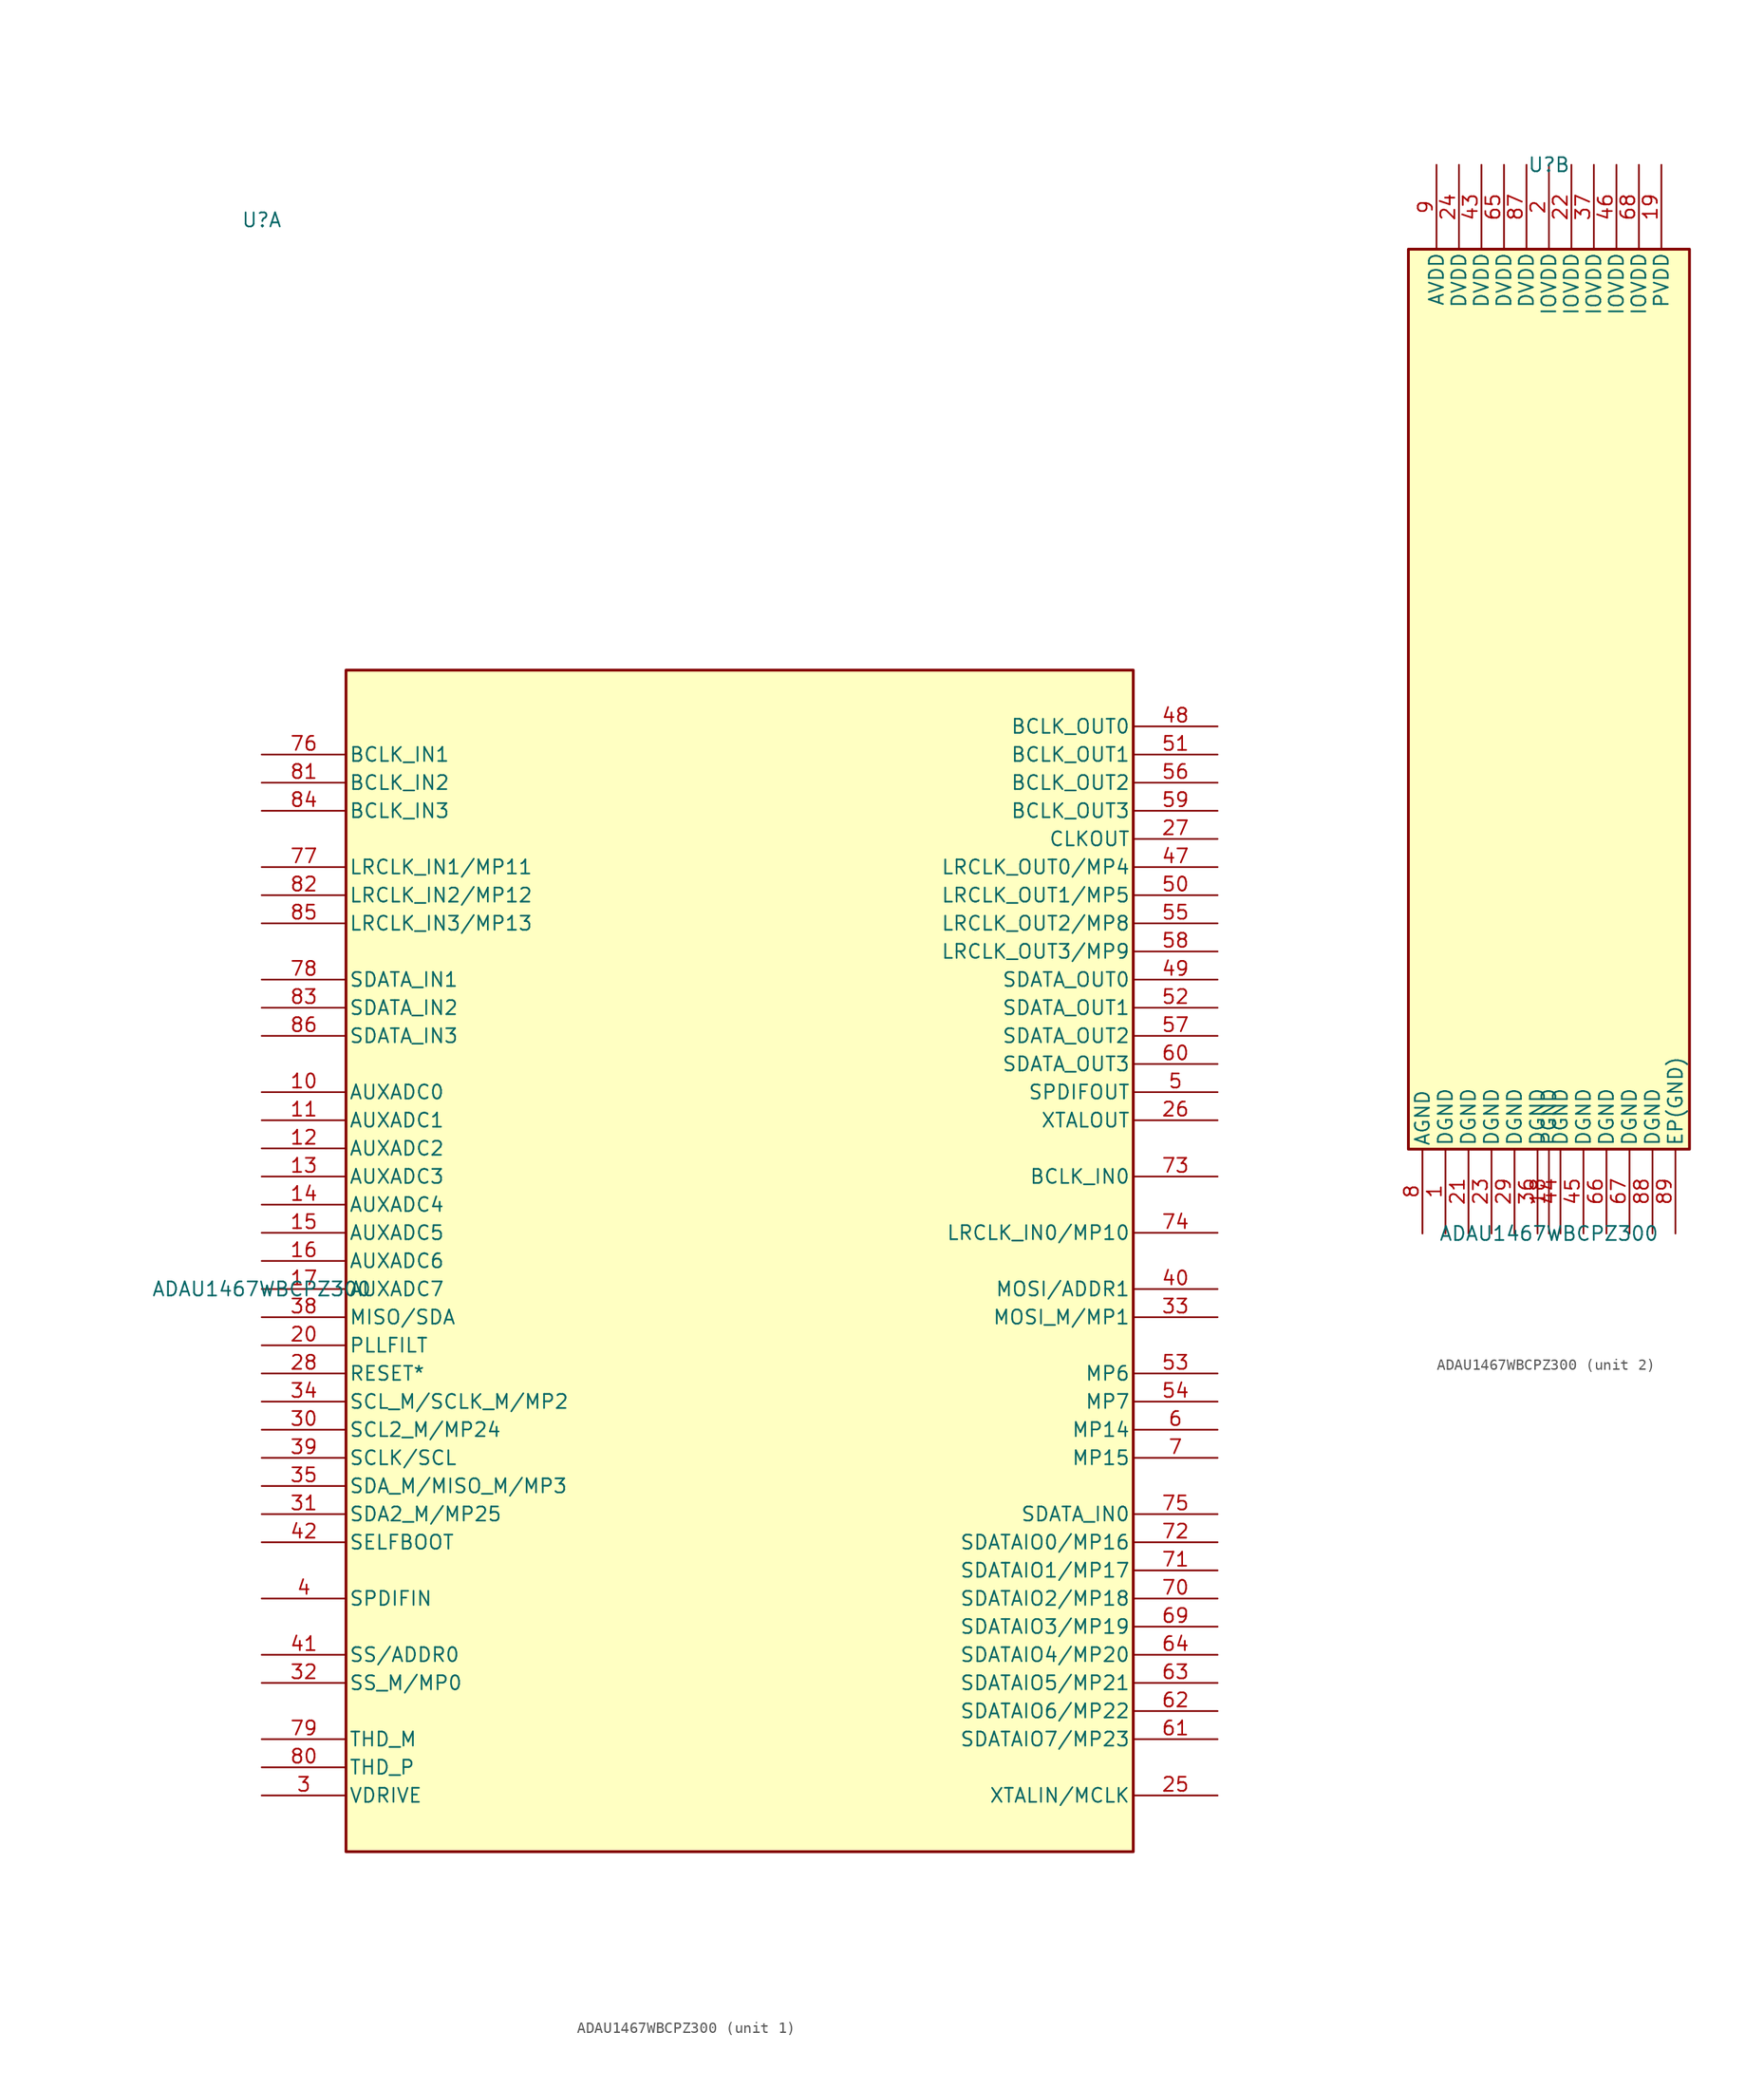
<source format=kicad_sym>
(kicad_symbol_lib
  (version 20241209)
  (generator "kicad_symbol_editor")
  (generator_version "9.0")
  (symbol "ADAU1467WBCPZ300"
    (pin_names
      (offset 0.254))
    (property "Reference" "U"
      (at 0 48.26 0)
      (effects (font (size 1.27 1.27))))
    (property "Value" "ADAU1467WBCPZ300"
      (at 0 -48.26 0)
      (effects (font (size 1.27 1.27))))
    (property "ki_locked" ""
      (at 0 0 0)
      (effects (font (size 1.27 1.27))))
    (symbol "ADAU1467WBCPZ300_1_1"
      (rectangle (start 7.62 7.62) (end 78.74 -99.06) (stroke (width 0.254) (type default)) (fill (type background)))
      (pin power_in line (at 0 0 0) (length 7.62) (name "BCLK_IN1" (effects (font (size 1.27 1.27)))) (number "76" (effects (font (size 1.27 1.27)))))
      (pin power_in line (at 0 -2.54 0) (length 7.62) (name "BCLK_IN2" (effects (font (size 1.27 1.27)))) (number "81" (effects (font (size 1.27 1.27)))))
      (pin power_in line (at 0 -5.08 0) (length 7.62) (name "BCLK_IN3" (effects (font (size 1.27 1.27)))) (number "84" (effects (font (size 1.27 1.27)))))
      (pin power_in line (at 0 -10.16 0) (length 7.62) (name "LRCLK_IN1/MP11" (effects (font (size 1.27 1.27)))) (number "77" (effects (font (size 1.27 1.27)))))
      (pin power_in line (at 0 -12.7 0) (length 7.62) (name "LRCLK_IN2/MP12" (effects (font (size 1.27 1.27)))) (number "82" (effects (font (size 1.27 1.27)))))
      (pin power_in line (at 0 -15.24 0) (length 7.62) (name "LRCLK_IN3/MP13" (effects (font (size 1.27 1.27)))) (number "85" (effects (font (size 1.27 1.27)))))
      (pin bidirectional line (at 0 -20.32 0) (length 7.62) (name "SDATA_IN1" (effects (font (size 1.27 1.27)))) (number "78" (effects (font (size 1.27 1.27)))))
      (pin bidirectional line (at 0 -22.86 0) (length 7.62) (name "SDATA_IN2" (effects (font (size 1.27 1.27)))) (number "83" (effects (font (size 1.27 1.27)))))
      (pin bidirectional line (at 0 -25.4 0) (length 7.62) (name "SDATA_IN3" (effects (font (size 1.27 1.27)))) (number "86" (effects (font (size 1.27 1.27)))))
      (pin bidirectional line (at 0 -30.48 0) (length 7.62) (name "AUXADC0" (effects (font (size 1.27 1.27)))) (number "10" (effects (font (size 1.27 1.27)))))
      (pin bidirectional line (at 0 -33.02 0) (length 7.62) (name "AUXADC1" (effects (font (size 1.27 1.27)))) (number "11" (effects (font (size 1.27 1.27)))))
      (pin bidirectional line (at 0 -35.56 0) (length 7.62) (name "AUXADC2" (effects (font (size 1.27 1.27)))) (number "12" (effects (font (size 1.27 1.27)))))
      (pin power_in line (at 0 -38.1 0) (length 7.62) (name "AUXADC3" (effects (font (size 1.27 1.27)))) (number "13" (effects (font (size 1.27 1.27)))))
      (pin power_in line (at 0 -40.64 0) (length 7.62) (name "AUXADC4" (effects (font (size 1.27 1.27)))) (number "14" (effects (font (size 1.27 1.27)))))
      (pin power_in line (at 0 -43.18 0) (length 7.62) (name "AUXADC5" (effects (font (size 1.27 1.27)))) (number "15" (effects (font (size 1.27 1.27)))))
      (pin power_in line (at 0 -45.72 0) (length 7.62) (name "AUXADC6" (effects (font (size 1.27 1.27)))) (number "16" (effects (font (size 1.27 1.27)))))
      (pin power_in line (at 0 -48.26 0) (length 7.62) (name "AUXADC7" (effects (font (size 1.27 1.27)))) (number "17" (effects (font (size 1.27 1.27)))))
      (pin power_in line (at 0 -50.8 0) (length 7.62) (name "MISO/SDA" (effects (font (size 1.27 1.27)))) (number "38" (effects (font (size 1.27 1.27)))))
      (pin bidirectional line (at 0 -53.34 0) (length 7.62) (name "PLLFILT" (effects (font (size 1.27 1.27)))) (number "20" (effects (font (size 1.27 1.27)))))
      (pin input line (at 0 -55.88 0) (length 7.62) (name "RESET*" (effects (font (size 1.27 1.27)))) (number "28" (effects (font (size 1.27 1.27)))))
      (pin input line (at 0 -58.42 0) (length 7.62) (name "SCL_M/SCLK_M/MP2" (effects (font (size 1.27 1.27)))) (number "34" (effects (font (size 1.27 1.27)))))
      (pin bidirectional line (at 0 -60.96 0) (length 7.62) (name "SCL2_M/MP24" (effects (font (size 1.27 1.27)))) (number "30" (effects (font (size 1.27 1.27)))))
      (pin bidirectional line (at 0 -63.5 0) (length 7.62) (name "SCLK/SCL" (effects (font (size 1.27 1.27)))) (number "39" (effects (font (size 1.27 1.27)))))
      (pin bidirectional line (at 0 -66.04 0) (length 7.62) (name "SDA_M/MISO_M/MP3" (effects (font (size 1.27 1.27)))) (number "35" (effects (font (size 1.27 1.27)))))
      (pin bidirectional line (at 0 -68.58 0) (length 7.62) (name "SDA2_M/MP25" (effects (font (size 1.27 1.27)))) (number "31" (effects (font (size 1.27 1.27)))))
      (pin bidirectional line (at 0 -71.12 0) (length 7.62) (name "SELFBOOT" (effects (font (size 1.27 1.27)))) (number "42" (effects (font (size 1.27 1.27)))))
      (pin input line (at 0 -76.2 0) (length 7.62) (name "SPDIFIN" (effects (font (size 1.27 1.27)))) (number "4" (effects (font (size 1.27 1.27)))))
      (pin bidirectional line (at 0 -81.28 0) (length 7.62) (name "SS/ADDR0" (effects (font (size 1.27 1.27)))) (number "41" (effects (font (size 1.27 1.27)))))
      (pin bidirectional line (at 0 -83.82 0) (length 7.62) (name "SS_M/MP0" (effects (font (size 1.27 1.27)))) (number "32" (effects (font (size 1.27 1.27)))))
      (pin bidirectional line (at 0 -88.9 0) (length 7.62) (name "THD_M" (effects (font (size 1.27 1.27)))) (number "79" (effects (font (size 1.27 1.27)))))
      (pin bidirectional line (at 0 -91.44 0) (length 7.62) (name "THD_P" (effects (font (size 1.27 1.27)))) (number "80" (effects (font (size 1.27 1.27)))))
      (pin bidirectional line (at 0 -93.98 0) (length 7.62) (name "VDRIVE" (effects (font (size 1.27 1.27)))) (number "3" (effects (font (size 1.27 1.27)))))
      (pin power_in line (at 86.36 2.54 180) (length 7.62) (name "BCLK_OUT0" (effects (font (size 1.27 1.27)))) (number "48" (effects (font (size 1.27 1.27)))))
      (pin bidirectional line (at 86.36 0 180) (length 7.62) (name "BCLK_OUT1" (effects (font (size 1.27 1.27)))) (number "51" (effects (font (size 1.27 1.27)))))
      (pin bidirectional line (at 86.36 -2.54 180) (length 7.62) (name "BCLK_OUT2" (effects (font (size 1.27 1.27)))) (number "56" (effects (font (size 1.27 1.27)))))
      (pin power_in line (at 86.36 -5.08 180) (length 7.62) (name "BCLK_OUT3" (effects (font (size 1.27 1.27)))) (number "59" (effects (font (size 1.27 1.27)))))
      (pin power_in line (at 86.36 -7.62 180) (length 7.62) (name "CLKOUT" (effects (font (size 1.27 1.27)))) (number "27" (effects (font (size 1.27 1.27)))))
      (pin power_in line (at 86.36 -10.16 180) (length 7.62) (name "LRCLK_OUT0/MP4" (effects (font (size 1.27 1.27)))) (number "47" (effects (font (size 1.27 1.27)))))
      (pin power_in line (at 86.36 -12.7 180) (length 7.62) (name "LRCLK_OUT1/MP5" (effects (font (size 1.27 1.27)))) (number "50" (effects (font (size 1.27 1.27)))))
      (pin power_in line (at 86.36 -15.24 180) (length 7.62) (name "LRCLK_OUT2/MP8" (effects (font (size 1.27 1.27)))) (number "55" (effects (font (size 1.27 1.27)))))
      (pin output line (at 86.36 -17.78 180) (length 7.62) (name "LRCLK_OUT3/MP9" (effects (font (size 1.27 1.27)))) (number "58" (effects (font (size 1.27 1.27)))))
      (pin output line (at 86.36 -20.32 180) (length 7.62) (name "SDATA_OUT0" (effects (font (size 1.27 1.27)))) (number "49" (effects (font (size 1.27 1.27)))))
      (pin bidirectional line (at 86.36 -22.86 180) (length 7.62) (name "SDATA_OUT1" (effects (font (size 1.27 1.27)))) (number "52" (effects (font (size 1.27 1.27)))))
      (pin bidirectional line (at 86.36 -25.4 180) (length 7.62) (name "SDATA_OUT2" (effects (font (size 1.27 1.27)))) (number "57" (effects (font (size 1.27 1.27)))))
      (pin bidirectional line (at 86.36 -27.94 180) (length 7.62) (name "SDATA_OUT3" (effects (font (size 1.27 1.27)))) (number "60" (effects (font (size 1.27 1.27)))))
      (pin bidirectional line (at 86.36 -30.48 180) (length 7.62) (name "SPDIFOUT" (effects (font (size 1.27 1.27)))) (number "5" (effects (font (size 1.27 1.27)))))
      (pin bidirectional line (at 86.36 -33.02 180) (length 7.62) (name "XTALOUT" (effects (font (size 1.27 1.27)))) (number "26" (effects (font (size 1.27 1.27)))))
      (pin bidirectional line (at 86.36 -38.1 180) (length 7.62) (name "BCLK_IN0" (effects (font (size 1.27 1.27)))) (number "73" (effects (font (size 1.27 1.27)))))
      (pin output line (at 86.36 -43.18 180) (length 7.62) (name "LRCLK_IN0/MP10" (effects (font (size 1.27 1.27)))) (number "74" (effects (font (size 1.27 1.27)))))
      (pin power_in line (at 86.36 -48.26 180) (length 7.62) (name "MOSI/ADDR1" (effects (font (size 1.27 1.27)))) (number "40" (effects (font (size 1.27 1.27)))))
      (pin bidirectional line (at 86.36 -50.8 180) (length 7.62) (name "MOSI_M/MP1" (effects (font (size 1.27 1.27)))) (number "33" (effects (font (size 1.27 1.27)))))
      (pin bidirectional line (at 86.36 -55.88 180) (length 7.62) (name "MP6" (effects (font (size 1.27 1.27)))) (number "53" (effects (font (size 1.27 1.27)))))
      (pin bidirectional line (at 86.36 -58.42 180) (length 7.62) (name "MP7" (effects (font (size 1.27 1.27)))) (number "54" (effects (font (size 1.27 1.27)))))
      (pin bidirectional line (at 86.36 -60.96 180) (length 7.62) (name "MP14" (effects (font (size 1.27 1.27)))) (number "6" (effects (font (size 1.27 1.27)))))
      (pin bidirectional line (at 86.36 -63.5 180) (length 7.62) (name "MP15" (effects (font (size 1.27 1.27)))) (number "7" (effects (font (size 1.27 1.27)))))
      (pin bidirectional line (at 86.36 -68.58 180) (length 7.62) (name "SDATA_IN0" (effects (font (size 1.27 1.27)))) (number "75" (effects (font (size 1.27 1.27)))))
      (pin bidirectional line (at 86.36 -71.12 180) (length 7.62) (name "SDATAIO0/MP16" (effects (font (size 1.27 1.27)))) (number "72" (effects (font (size 1.27 1.27)))))
      (pin bidirectional line (at 86.36 -73.66 180) (length 7.62) (name "SDATAIO1/MP17" (effects (font (size 1.27 1.27)))) (number "71" (effects (font (size 1.27 1.27)))))
      (pin bidirectional line (at 86.36 -76.2 180) (length 7.62) (name "SDATAIO2/MP18" (effects (font (size 1.27 1.27)))) (number "70" (effects (font (size 1.27 1.27)))))
      (pin bidirectional line (at 86.36 -78.74 180) (length 7.62) (name "SDATAIO3/MP19" (effects (font (size 1.27 1.27)))) (number "69" (effects (font (size 1.27 1.27)))))
      (pin bidirectional line (at 86.36 -81.28 180) (length 7.62) (name "SDATAIO4/MP20" (effects (font (size 1.27 1.27)))) (number "64" (effects (font (size 1.27 1.27)))))
      (pin bidirectional line (at 86.36 -83.82 180) (length 7.62) (name "SDATAIO5/MP21" (effects (font (size 1.27 1.27)))) (number "63" (effects (font (size 1.27 1.27)))))
      (pin bidirectional line (at 86.36 -86.36 180) (length 7.62) (name "SDATAIO6/MP22" (effects (font (size 1.27 1.27)))) (number "62" (effects (font (size 1.27 1.27)))))
      (pin bidirectional line (at 86.36 -88.9 180) (length 7.62) (name "SDATAIO7/MP23" (effects (font (size 1.27 1.27)))) (number "61" (effects (font (size 1.27 1.27)))))
      (pin bidirectional line (at 86.36 -93.98 180) (length 7.62) (name "XTALIN/MCLK" (effects (font (size 1.27 1.27)))) (number "25" (effects (font (size 1.27 1.27))))))
    (symbol "ADAU1467WBCPZ300_2_1"
      (rectangle (start -12.7 40.64) (end 12.7 -40.64) (stroke (width 0.254) (type default)) (fill (type background)))
      (pin power_in line (at -11.43 -48.26 90) (length 7.62) (name "AGND" (effects (font (size 1.27 1.27)))) (number "8" (effects (font (size 1.27 1.27)))))
      (pin power_in line (at -10.16 48.26 270) (length 7.62) (name "AVDD" (effects (font (size 1.27 1.27)))) (number "9" (effects (font (size 1.27 1.27)))))
      (pin power_in line (at -9.35 -48.26 90) (length 7.62) (name "DGND" (effects (font (size 1.27 1.27)))) (number "1" (effects (font (size 1.27 1.27)))))
      (pin power_in line (at -8.13 48.26 270) (length 7.62) (name "DVDD" (effects (font (size 1.27 1.27)))) (number "24" (effects (font (size 1.27 1.27)))))
      (pin power_in line (at -7.27 -48.26 90) (length 7.62) (name "DGND" (effects (font (size 1.27 1.27)))) (number "21" (effects (font (size 1.27 1.27)))))
      (pin power_in line (at -6.1 48.26 270) (length 7.62) (name "DVDD" (effects (font (size 1.27 1.27)))) (number "43" (effects (font (size 1.27 1.27)))))
      (pin power_in line (at -5.19 -48.26 90) (length 7.62) (name "DGND" (effects (font (size 1.27 1.27)))) (number "23" (effects (font (size 1.27 1.27)))))
      (pin power_in line (at -4.06 48.26 270) (length 7.62) (name "DVDD" (effects (font (size 1.27 1.27)))) (number "65" (effects (font (size 1.27 1.27)))))
      (pin power_in line (at -3.11 -48.26 90) (length 7.62) (name "DGND" (effects (font (size 1.27 1.27)))) (number "29" (effects (font (size 1.27 1.27)))))
      (pin power_in line (at -2.03 48.26 270) (length 7.62) (name "DVDD" (effects (font (size 1.27 1.27)))) (number "87" (effects (font (size 1.27 1.27)))))
      (pin power_in line (at -1.03 -48.26 90) (length 7.62) (name "DGND" (effects (font (size 1.27 1.27)))) (number "36" (effects (font (size 1.27 1.27)))))
      (pin power_in line (at 0 48.26 270) (length 7.62) (name "IOVDD" (effects (font (size 1.27 1.27)))) (number "2" (effects (font (size 1.27 1.27)))))
      (pin power_in line (at 0 -48.26 90) (length 7.62) (name "PGND" (effects (font (size 1.27 1.27)))) (number "18" (effects (font (size 1.27 1.27)))))
      (pin power_in line (at 1.04 -48.26 90) (length 7.62) (name "DGND" (effects (font (size 1.27 1.27)))) (number "44" (effects (font (size 1.27 1.27)))))
      (pin power_in line (at 2.03 48.26 270) (length 7.62) (name "IOVDD" (effects (font (size 1.27 1.27)))) (number "22" (effects (font (size 1.27 1.27)))))
      (pin power_in line (at 3.12 -48.26 90) (length 7.62) (name "DGND" (effects (font (size 1.27 1.27)))) (number "45" (effects (font (size 1.27 1.27)))))
      (pin power_in line (at 4.06 48.26 270) (length 7.62) (name "IOVDD" (effects (font (size 1.27 1.27)))) (number "37" (effects (font (size 1.27 1.27)))))
      (pin power_in line (at 5.2 -48.26 90) (length 7.62) (name "DGND" (effects (font (size 1.27 1.27)))) (number "66" (effects (font (size 1.27 1.27)))))
      (pin power_in line (at 6.1 48.26 270) (length 7.62) (name "IOVDD" (effects (font (size 1.27 1.27)))) (number "46" (effects (font (size 1.27 1.27)))))
      (pin power_in line (at 7.28 -48.26 90) (length 7.62) (name "DGND" (effects (font (size 1.27 1.27)))) (number "67" (effects (font (size 1.27 1.27)))))
      (pin power_in line (at 8.13 48.26 270) (length 7.62) (name "IOVDD" (effects (font (size 1.27 1.27)))) (number "68" (effects (font (size 1.27 1.27)))))
      (pin power_in line (at 9.36 -48.26 90) (length 7.62) (name "DGND" (effects (font (size 1.27 1.27)))) (number "88" (effects (font (size 1.27 1.27)))))
      (pin power_in line (at 10.16 48.26 270) (length 7.62) (name "PVDD" (effects (font (size 1.27 1.27)))) (number "19" (effects (font (size 1.27 1.27)))))
      (pin power_in line (at 11.43 -48.26 90) (length 7.62) (name "EP(GND)" (effects (font (size 1.27 1.27)))) (number "89" (effects (font (size 1.27 1.27))))))))
</source>
